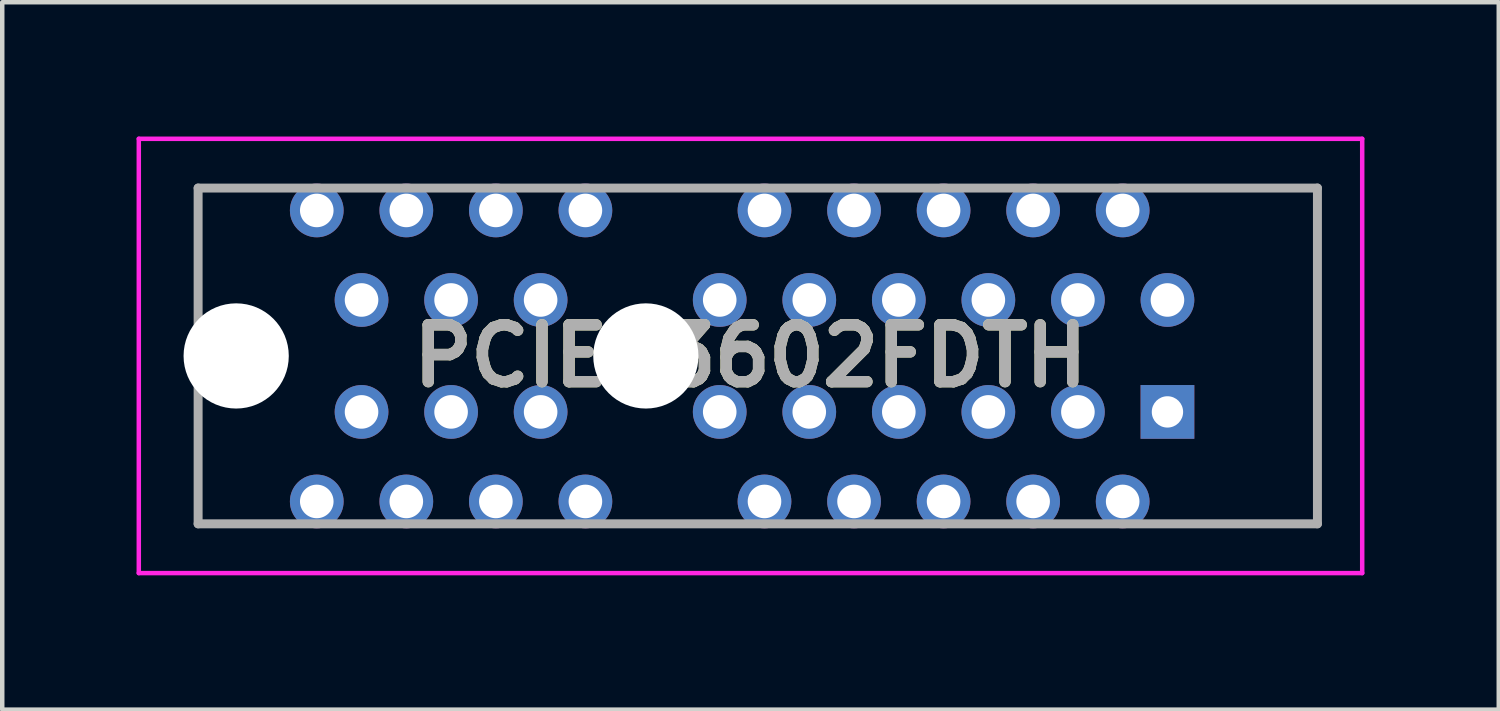
<source format=kicad_pcb>
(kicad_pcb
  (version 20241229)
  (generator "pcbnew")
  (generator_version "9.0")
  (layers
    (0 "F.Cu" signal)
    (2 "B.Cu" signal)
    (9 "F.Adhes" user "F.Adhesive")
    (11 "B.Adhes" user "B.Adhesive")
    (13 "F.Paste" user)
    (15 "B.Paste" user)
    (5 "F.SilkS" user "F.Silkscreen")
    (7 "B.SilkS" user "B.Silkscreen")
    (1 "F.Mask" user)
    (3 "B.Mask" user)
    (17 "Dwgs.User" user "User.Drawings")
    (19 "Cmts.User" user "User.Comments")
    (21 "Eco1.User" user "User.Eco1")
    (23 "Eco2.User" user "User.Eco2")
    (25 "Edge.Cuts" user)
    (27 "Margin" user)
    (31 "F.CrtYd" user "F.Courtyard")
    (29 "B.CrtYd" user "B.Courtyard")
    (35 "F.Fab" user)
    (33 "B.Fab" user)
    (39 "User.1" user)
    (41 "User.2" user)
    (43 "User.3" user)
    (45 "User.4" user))
  (footprint "PCIE03602FDTH"
    (layer "F.Cu")
    (at 1.375 4.9)
    (property "Reference" "PCIE03602FDTH" (at 12.337 0 0) (layer "F.SilkS") (effects (font (size 1.27 1.27) (thickness 0.254))))
    (attr through_hole)
    (fp_line (start 0 -3.75) (end 0 -1.25) (stroke (width 0.1) (type solid)) (layer "F.SilkS"))
    (fp_line (start 0 1.25) (end 0 3.75) (stroke (width 0.1) (type solid)) (layer "F.SilkS"))
    (fp_line (start 0 3.75) (end 2 3.75) (stroke (width 0.1) (type solid)) (layer "F.SilkS"))
    (fp_line (start 2 -3.75) (end 0 -3.75) (stroke (width 0.1) (type solid)) (layer "F.SilkS"))
    (fp_line (start 22 -3.75) (end 21.5 -3.75) (stroke (width 0.1) (type solid)) (layer "F.SilkS"))
    (fp_line (start 22 -3.75) (end 25 -3.75) (stroke (width 0.1) (type solid)) (layer "F.SilkS"))
    (fp_line (start 22 3.75) (end 21.5 3.75) (stroke (width 0.1) (type solid)) (layer "F.SilkS"))
    (fp_line (start 25 -3.75) (end 25 3.75) (stroke (width 0.1) (type solid)) (layer "F.SilkS"))
    (fp_line (start 25 3.75) (end 22 3.75) (stroke (width 0.1) (type solid)) (layer "F.SilkS"))
    (fp_line (start -1.325 -4.85) (end 26 -4.85) (stroke (width 0.1) (type solid)) (layer "F.CrtYd"))
    (fp_line (start -1.325 4.85) (end -1.325 -4.85) (stroke (width 0.1) (type solid)) (layer "F.CrtYd"))
    (fp_line (start 26 -4.85) (end 26 4.85) (stroke (width 0.1) (type solid)) (layer "F.CrtYd"))
    (fp_line (start 26 4.85) (end -1.325 4.85) (stroke (width 0.1) (type solid)) (layer "F.CrtYd"))
    (fp_line (start 0 -3.75) (end 25 -3.75) (stroke (width 0.2) (type solid)) (layer "F.Fab"))
    (fp_line (start 0 3.75) (end 0 -3.75) (stroke (width 0.2) (type solid)) (layer "F.Fab"))
    (fp_line (start 25 -3.75) (end 25 3.75) (stroke (width 0.2) (type solid)) (layer "F.Fab"))
    (fp_line (start 25 3.75) (end 0 3.75) (stroke (width 0.2) (type solid)) (layer "F.Fab"))
    (fp_text user "${REFERENCE}" (at 12.337 0 0) (layer "F.Fab") (effects (font (size 1.27 1.27) (thickness 0.254))))
    (pad "" np_thru_hole circle (at 0.85 0) (size 2.35 2.35) (drill 2.35) (layers "*.Cu" "*.Mask"))
    (pad "" np_thru_hole circle (at 10 0) (size 2.35 2.35) (drill 2.35) (layers "*.Cu" "*.Mask"))
    (pad "A1" thru_hole rect (at 21.65 1.25) (size 1.2 1.2) (drill 0.7) (layers "*.Cu" "*.Mask"))
    (pad "A2" thru_hole circle (at 20.65 3.25) (size 1.2 1.2) (drill 0.75) (layers "*.Cu" "*.Mask"))
    (pad "A3" thru_hole circle (at 19.65 1.25) (size 1.2 1.2) (drill 0.75) (layers "*.Cu" "*.Mask"))
    (pad "A4" thru_hole circle (at 18.65 3.25) (size 1.2 1.2) (drill 0.75) (layers "*.Cu" "*.Mask"))
    (pad "A5" thru_hole circle (at 17.65 1.25) (size 1.2 1.2) (drill 0.75) (layers "*.Cu" "*.Mask"))
    (pad "A6" thru_hole circle (at 16.65 3.25) (size 1.2 1.2) (drill 0.75) (layers "*.Cu" "*.Mask"))
    (pad "A7" thru_hole circle (at 15.65 1.25) (size 1.2 1.2) (drill 0.75) (layers "*.Cu" "*.Mask"))
    (pad "A8" thru_hole circle (at 14.65 3.25) (size 1.2 1.2) (drill 0.75) (layers "*.Cu" "*.Mask"))
    (pad "A9" thru_hole circle (at 13.65 1.25) (size 1.2 1.2) (drill 0.75) (layers "*.Cu" "*.Mask"))
    (pad "A10" thru_hole circle (at 12.65 3.25) (size 1.2 1.2) (drill 0.75) (layers "*.Cu" "*.Mask"))
    (pad "A11" thru_hole circle (at 11.65 1.25) (size 1.2 1.2) (drill 0.75) (layers "*.Cu" "*.Mask"))
    (pad "A12" thru_hole circle (at 8.65 3.25) (size 1.2 1.2) (drill 0.75) (layers "*.Cu" "*.Mask"))
    (pad "A13" thru_hole circle (at 7.65 1.25) (size 1.2 1.2) (drill 0.75) (layers "*.Cu" "*.Mask"))
    (pad "A14" thru_hole circle (at 6.65 3.25) (size 1.2 1.2) (drill 0.75) (layers "*.Cu" "*.Mask"))
    (pad "A15" thru_hole circle (at 5.65 1.25) (size 1.2 1.2) (drill 0.75) (layers "*.Cu" "*.Mask"))
    (pad "A16" thru_hole circle (at 4.65 3.25) (size 1.2 1.2) (drill 0.75) (layers "*.Cu" "*.Mask"))
    (pad "A17" thru_hole circle (at 3.65 1.25) (size 1.2 1.2) (drill 0.75) (layers "*.Cu" "*.Mask"))
    (pad "A18" thru_hole circle (at 2.65 3.25) (size 1.2 1.2) (drill 0.75) (layers "*.Cu" "*.Mask"))
    (pad "B1" thru_hole circle (at 21.65 -1.25) (size 1.2 1.2) (drill 0.75) (layers "*.Cu" "*.Mask"))
    (pad "B2" thru_hole circle (at 20.65 -3.25) (size 1.2 1.2) (drill 0.75) (layers "*.Cu" "*.Mask"))
    (pad "B3" thru_hole circle (at 19.65 -1.25) (size 1.2 1.2) (drill 0.75) (layers "*.Cu" "*.Mask"))
    (pad "B4" thru_hole circle (at 18.65 -3.25) (size 1.2 1.2) (drill 0.75) (layers "*.Cu" "*.Mask"))
    (pad "B5" thru_hole circle (at 17.65 -1.25) (size 1.2 1.2) (drill 0.75) (layers "*.Cu" "*.Mask"))
    (pad "B6" thru_hole circle (at 16.65 -3.25) (size 1.2 1.2) (drill 0.75) (layers "*.Cu" "*.Mask"))
    (pad "B7" thru_hole circle (at 15.65 -1.25) (size 1.2 1.2) (drill 0.75) (layers "*.Cu" "*.Mask"))
    (pad "B8" thru_hole circle (at 14.65 -3.25) (size 1.2 1.2) (drill 0.75) (layers "*.Cu" "*.Mask"))
    (pad "B9" thru_hole circle (at 13.65 -1.25) (size 1.2 1.2) (drill 0.75) (layers "*.Cu" "*.Mask"))
    (pad "B10" thru_hole circle (at 12.65 -3.25) (size 1.2 1.2) (drill 0.75) (layers "*.Cu" "*.Mask"))
    (pad "B11" thru_hole circle (at 11.65 -1.25) (size 1.2 1.2) (drill 0.75) (layers "*.Cu" "*.Mask"))
    (pad "B12" thru_hole circle (at 8.65 -3.25) (size 1.2 1.2) (drill 0.75) (layers "*.Cu" "*.Mask"))
    (pad "B13" thru_hole circle (at 7.65 -1.25) (size 1.2 1.2) (drill 0.75) (layers "*.Cu" "*.Mask"))
    (pad "B14" thru_hole circle (at 6.65 -3.25) (size 1.2 1.2) (drill 0.75) (layers "*.Cu" "*.Mask"))
    (pad "B15" thru_hole circle (at 5.65 -1.25) (size 1.2 1.2) (drill 0.75) (layers "*.Cu" "*.Mask"))
    (pad "B16" thru_hole circle (at 4.65 -3.25) (size 1.2 1.2) (drill 0.75) (layers "*.Cu" "*.Mask"))
    (pad "B17" thru_hole circle (at 3.65 -1.25) (size 1.2 1.2) (drill 0.75) (layers "*.Cu" "*.Mask"))
    (pad "B18" thru_hole circle (at 2.65 -3.25) (size 1.2 1.2) (drill 0.75) (layers "*.Cu" "*.Mask")))
  (gr_rect
    (start -3 -3)
    (end 30.425 12.8)
    (stroke (width 0.1) (type default))
    (fill no)
    (layer "Edge.Cuts")))
</source>
